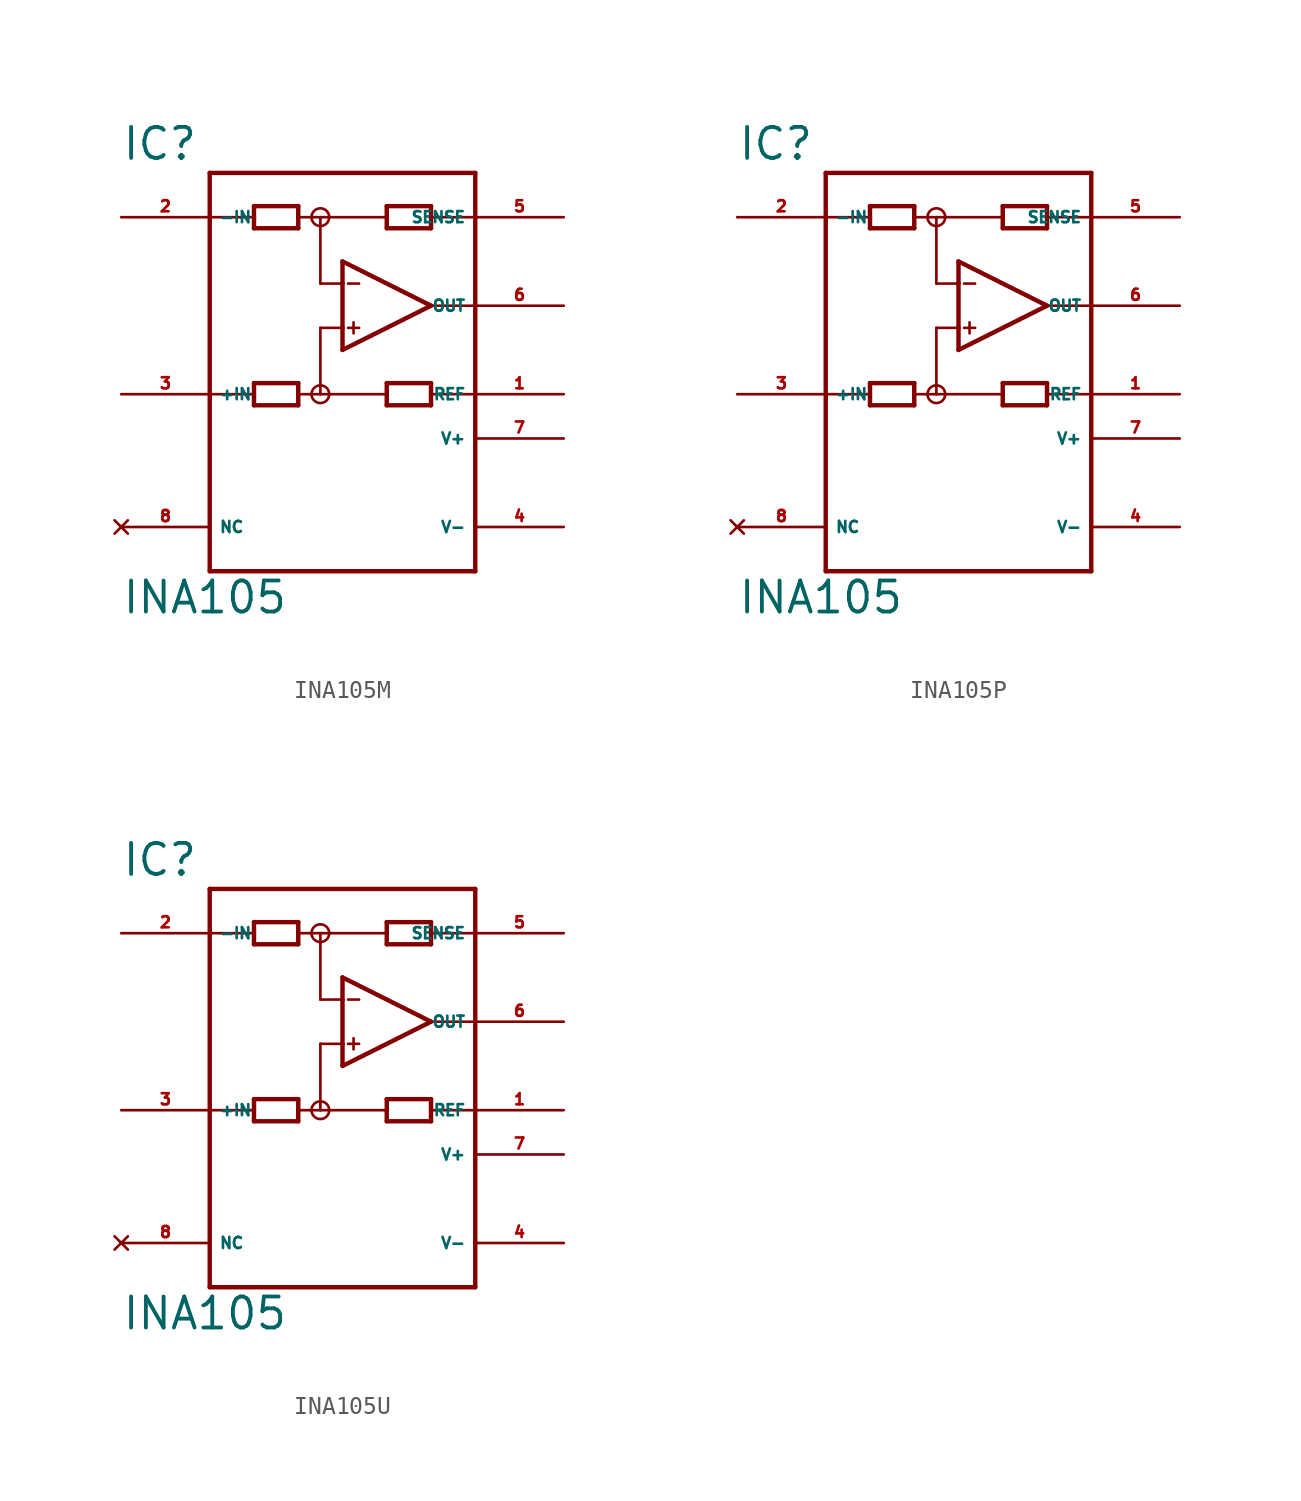
<source format=kicad_sym>
(kicad_symbol_lib
  (version 20220914)
  (generator Eagle2Kicad)
  (symbol "INA105M"
    (property "Reference" "IC"
      (at -12.7 13.335 0)
      (effects (font (size 1.778 1.778) (thickness 0.22)) (justify left bottom)))
    (property "Value" "INA105"
      (at -12.7 -12.7 0)
      (effects (font (size 1.778 1.778) (thickness 0.22)) (justify left bottom)))
    (polyline
      (pts (xy 0 2.54) (xy 0 3.81))
      (stroke (width 0.254) (type default))
      (fill (type none)))
    (polyline
      (pts (xy 0 3.81) (xy 0 6.35))
      (stroke (width 0.254) (type default))
      (fill (type none)))
    (polyline
      (pts (xy 0 6.35) (xy 0 7.62))
      (stroke (width 0.254) (type default))
      (fill (type none)))
    (polyline
      (pts (xy 0 7.62) (xy 5.08 5.08))
      (stroke (width 0.254) (type default))
      (fill (type none)))
    (polyline
      (pts (xy 5.08 5.08) (xy 0 2.54))
      (stroke (width 0.254) (type default))
      (fill (type none)))
    (polyline
      (pts (xy -2.54 9.525) (xy -2.54 10.16))
      (stroke (width 0.254) (type default))
      (fill (type none)))
    (polyline
      (pts (xy -2.54 10.16) (xy -2.54 10.795))
      (stroke (width 0.254) (type default))
      (fill (type none)))
    (polyline
      (pts (xy -2.54 10.795) (xy -5.08 10.795))
      (stroke (width 0.254) (type default))
      (fill (type none)))
    (polyline
      (pts (xy -5.08 10.795) (xy -5.08 10.16))
      (stroke (width 0.254) (type default))
      (fill (type none)))
    (polyline
      (pts (xy -5.08 10.16) (xy -5.08 9.525))
      (stroke (width 0.254) (type default))
      (fill (type none)))
    (polyline
      (pts (xy -5.08 9.525) (xy -2.54 9.525))
      (stroke (width 0.254) (type default))
      (fill (type none)))
    (polyline
      (pts (xy 2.54 9.525) (xy 2.54 10.16))
      (stroke (width 0.254) (type default))
      (fill (type none)))
    (polyline
      (pts (xy 2.54 10.16) (xy 2.54 10.795))
      (stroke (width 0.254) (type default))
      (fill (type none)))
    (polyline
      (pts (xy 2.54 10.795) (xy 5.08 10.795))
      (stroke (width 0.254) (type default))
      (fill (type none)))
    (polyline
      (pts (xy 5.08 10.795) (xy 5.08 10.16))
      (stroke (width 0.254) (type default))
      (fill (type none)))
    (polyline
      (pts (xy 5.08 10.16) (xy 5.08 9.525))
      (stroke (width 0.254) (type default))
      (fill (type none)))
    (polyline
      (pts (xy 5.08 9.525) (xy 2.54 9.525))
      (stroke (width 0.254) (type default))
      (fill (type none)))
    (polyline
      (pts (xy 0 6.35) (xy -1.27 6.35))
      (stroke (width 0.152) (type default))
      (fill (type none)))
    (polyline
      (pts (xy -2.54 0.635) (xy -2.54 0))
      (stroke (width 0.254) (type default))
      (fill (type none)))
    (polyline
      (pts (xy -2.54 0) (xy -2.54 -0.635))
      (stroke (width 0.254) (type default))
      (fill (type none)))
    (polyline
      (pts (xy -2.54 -0.635) (xy -5.08 -0.635))
      (stroke (width 0.254) (type default))
      (fill (type none)))
    (polyline
      (pts (xy -5.08 -0.635) (xy -5.08 0))
      (stroke (width 0.254) (type default))
      (fill (type none)))
    (polyline
      (pts (xy -5.08 0) (xy -5.08 0.635))
      (stroke (width 0.254) (type default))
      (fill (type none)))
    (polyline
      (pts (xy -5.08 0.635) (xy -2.54 0.635))
      (stroke (width 0.254) (type default))
      (fill (type none)))
    (polyline
      (pts (xy 2.54 0.635) (xy 2.54 0))
      (stroke (width 0.254) (type default))
      (fill (type none)))
    (polyline
      (pts (xy 2.54 0) (xy 2.54 -0.635))
      (stroke (width 0.254) (type default))
      (fill (type none)))
    (polyline
      (pts (xy 2.54 -0.635) (xy 5.08 -0.635))
      (stroke (width 0.254) (type default))
      (fill (type none)))
    (polyline
      (pts (xy 5.08 -0.635) (xy 5.08 0))
      (stroke (width 0.254) (type default))
      (fill (type none)))
    (polyline
      (pts (xy 5.08 0) (xy 5.08 0.635))
      (stroke (width 0.254) (type default))
      (fill (type none)))
    (polyline
      (pts (xy 5.08 0.635) (xy 2.54 0.635))
      (stroke (width 0.254) (type default))
      (fill (type none)))
    (polyline
      (pts (xy -1.27 6.35) (xy -1.27 10.16))
      (stroke (width 0.152) (type default))
      (fill (type none)))
    (polyline
      (pts (xy -1.27 10.16) (xy -2.54 10.16))
      (stroke (width 0.152) (type default))
      (fill (type none)))
    (polyline
      (pts (xy -1.27 10.16) (xy 2.54 10.16))
      (stroke (width 0.152) (type default))
      (fill (type none)))
    (polyline
      (pts (xy 0 3.81) (xy -1.27 3.81))
      (stroke (width 0.152) (type default))
      (fill (type none)))
    (polyline
      (pts (xy -1.27 3.81) (xy -1.27 0))
      (stroke (width 0.152) (type default))
      (fill (type none)))
    (polyline
      (pts (xy -1.27 0) (xy -2.54 0))
      (stroke (width 0.152) (type default))
      (fill (type none)))
    (polyline
      (pts (xy -1.27 0) (xy 2.54 0))
      (stroke (width 0.152) (type default))
      (fill (type none)))
    (polyline
      (pts (xy 0.318 6.35) (xy 0.953 6.35))
      (stroke (width 0.152) (type default))
      (fill (type none)))
    (polyline
      (pts (xy 0.318 3.81) (xy 0.953 3.81))
      (stroke (width 0.152) (type default))
      (fill (type none)))
    (polyline
      (pts (xy 0.635 4.128) (xy 0.635 3.493))
      (stroke (width 0.152) (type default))
      (fill (type none)))
    (polyline
      (pts (xy -7.62 10.16) (xy -5.08 10.16))
      (stroke (width 0.152) (type default))
      (fill (type none)))
    (polyline
      (pts (xy 7.62 10.16) (xy 5.08 10.16))
      (stroke (width 0.152) (type default))
      (fill (type none)))
    (polyline
      (pts (xy 5.08 5.08) (xy 7.62 5.08))
      (stroke (width 0.152) (type default))
      (fill (type none)))
    (polyline
      (pts (xy 7.62 0) (xy 5.08 0))
      (stroke (width 0.152) (type default))
      (fill (type none)))
    (polyline
      (pts (xy -7.62 0) (xy -5.08 0))
      (stroke (width 0.152) (type default))
      (fill (type none)))
    (polyline
      (pts (xy -7.62 -10.16) (xy 7.62 -10.16))
      (stroke (width 0.254) (type default))
      (fill (type none)))
    (polyline
      (pts (xy 7.62 -10.16) (xy 7.62 12.7))
      (stroke (width 0.254) (type default))
      (fill (type none)))
    (polyline
      (pts (xy 7.62 12.7) (xy -7.62 12.7))
      (stroke (width 0.254) (type default))
      (fill (type none)))
    (polyline
      (pts (xy -7.62 12.7) (xy -7.62 -10.16))
      (stroke (width 0.254) (type default))
      (fill (type none)))
    (circle
      (center -1.27 0)
      (radius 0.508)
      (stroke (width 0) (type default))
      (fill (type none)))
    (circle
      (center -1.27 10.16)
      (radius 0.508)
      (stroke (width 0) (type default))
      (fill (type none)))
    (pin input line
      (at -12.7 10.16 0)
      (length 5.08)
      (name "-IN" (effects (font (size 0.635 0.635) (thickness 0.08)) (justify left bottom)))
      (number "2" (effects (font (size 0.635 0.635) (thickness 0.08)) (justify left bottom))))
    (pin input line
      (at -12.7 0 0)
      (length 5.08)
      (name "+IN" (effects (font (size 0.635 0.635) (thickness 0.08)) (justify left bottom)))
      (number "3" (effects (font (size 0.635 0.635) (thickness 0.08)) (justify left bottom))))
    (pin output line
      (at 12.7 5.08 180)
      (length 5.08)
      (name "OUT" (effects (font (size 0.635 0.635) (thickness 0.08)) (justify left bottom)))
      (number "6" (effects (font (size 0.635 0.635) (thickness 0.08)) (justify left bottom))))
    (pin unspecified line
      (at 12.7 -2.54 180)
      (length 5.08)
      (name "V+" (effects (font (size 0.635 0.635) (thickness 0.08)) (justify left bottom)))
      (number "7" (effects (font (size 0.635 0.635) (thickness 0.08)) (justify left bottom))))
    (pin unspecified line
      (at 12.7 -7.62 180)
      (length 5.08)
      (name "V-" (effects (font (size 0.635 0.635) (thickness 0.08)) (justify left bottom)))
      (number "4" (effects (font (size 0.635 0.635) (thickness 0.08)) (justify left bottom))))
    (pin passive line
      (at 12.7 10.16 180)
      (length 5.08)
      (name "SENSE" (effects (font (size 0.635 0.635) (thickness 0.08)) (justify left bottom)))
      (number "5" (effects (font (size 0.635 0.635) (thickness 0.08)) (justify left bottom))))
    (pin passive line
      (at 12.7 0 180)
      (length 5.08)
      (name "REF" (effects (font (size 0.635 0.635) (thickness 0.08)) (justify left bottom)))
      (number "1" (effects (font (size 0.635 0.635) (thickness 0.08)) (justify left bottom))))
    (pin no_connect line
      (at -12.7 -7.62 0)
      (length 5.08)
      (name "NC" (effects (font (size 0.635 0.635) (thickness 0.08)) (justify left bottom) hide))
      (number "8" (effects (font (size 0.635 0.635) (thickness 0.08)) (justify left bottom) hide))))
  (symbol "INA105P"
    (property "Reference" "IC"
      (at -12.7 13.335 0)
      (effects (font (size 1.778 1.778) (thickness 0.22)) (justify left bottom)))
    (property "Value" "INA105"
      (at -12.7 -12.7 0)
      (effects (font (size 1.778 1.778) (thickness 0.22)) (justify left bottom)))
    (polyline
      (pts (xy 0 2.54) (xy 0 3.81))
      (stroke (width 0.254) (type default))
      (fill (type none)))
    (polyline
      (pts (xy 0 3.81) (xy 0 6.35))
      (stroke (width 0.254) (type default))
      (fill (type none)))
    (polyline
      (pts (xy 0 6.35) (xy 0 7.62))
      (stroke (width 0.254) (type default))
      (fill (type none)))
    (polyline
      (pts (xy 0 7.62) (xy 5.08 5.08))
      (stroke (width 0.254) (type default))
      (fill (type none)))
    (polyline
      (pts (xy 5.08 5.08) (xy 0 2.54))
      (stroke (width 0.254) (type default))
      (fill (type none)))
    (polyline
      (pts (xy -2.54 9.525) (xy -2.54 10.16))
      (stroke (width 0.254) (type default))
      (fill (type none)))
    (polyline
      (pts (xy -2.54 10.16) (xy -2.54 10.795))
      (stroke (width 0.254) (type default))
      (fill (type none)))
    (polyline
      (pts (xy -2.54 10.795) (xy -5.08 10.795))
      (stroke (width 0.254) (type default))
      (fill (type none)))
    (polyline
      (pts (xy -5.08 10.795) (xy -5.08 10.16))
      (stroke (width 0.254) (type default))
      (fill (type none)))
    (polyline
      (pts (xy -5.08 10.16) (xy -5.08 9.525))
      (stroke (width 0.254) (type default))
      (fill (type none)))
    (polyline
      (pts (xy -5.08 9.525) (xy -2.54 9.525))
      (stroke (width 0.254) (type default))
      (fill (type none)))
    (polyline
      (pts (xy 2.54 9.525) (xy 2.54 10.16))
      (stroke (width 0.254) (type default))
      (fill (type none)))
    (polyline
      (pts (xy 2.54 10.16) (xy 2.54 10.795))
      (stroke (width 0.254) (type default))
      (fill (type none)))
    (polyline
      (pts (xy 2.54 10.795) (xy 5.08 10.795))
      (stroke (width 0.254) (type default))
      (fill (type none)))
    (polyline
      (pts (xy 5.08 10.795) (xy 5.08 10.16))
      (stroke (width 0.254) (type default))
      (fill (type none)))
    (polyline
      (pts (xy 5.08 10.16) (xy 5.08 9.525))
      (stroke (width 0.254) (type default))
      (fill (type none)))
    (polyline
      (pts (xy 5.08 9.525) (xy 2.54 9.525))
      (stroke (width 0.254) (type default))
      (fill (type none)))
    (polyline
      (pts (xy 0 6.35) (xy -1.27 6.35))
      (stroke (width 0.152) (type default))
      (fill (type none)))
    (polyline
      (pts (xy -2.54 0.635) (xy -2.54 0))
      (stroke (width 0.254) (type default))
      (fill (type none)))
    (polyline
      (pts (xy -2.54 0) (xy -2.54 -0.635))
      (stroke (width 0.254) (type default))
      (fill (type none)))
    (polyline
      (pts (xy -2.54 -0.635) (xy -5.08 -0.635))
      (stroke (width 0.254) (type default))
      (fill (type none)))
    (polyline
      (pts (xy -5.08 -0.635) (xy -5.08 0))
      (stroke (width 0.254) (type default))
      (fill (type none)))
    (polyline
      (pts (xy -5.08 0) (xy -5.08 0.635))
      (stroke (width 0.254) (type default))
      (fill (type none)))
    (polyline
      (pts (xy -5.08 0.635) (xy -2.54 0.635))
      (stroke (width 0.254) (type default))
      (fill (type none)))
    (polyline
      (pts (xy 2.54 0.635) (xy 2.54 0))
      (stroke (width 0.254) (type default))
      (fill (type none)))
    (polyline
      (pts (xy 2.54 0) (xy 2.54 -0.635))
      (stroke (width 0.254) (type default))
      (fill (type none)))
    (polyline
      (pts (xy 2.54 -0.635) (xy 5.08 -0.635))
      (stroke (width 0.254) (type default))
      (fill (type none)))
    (polyline
      (pts (xy 5.08 -0.635) (xy 5.08 0))
      (stroke (width 0.254) (type default))
      (fill (type none)))
    (polyline
      (pts (xy 5.08 0) (xy 5.08 0.635))
      (stroke (width 0.254) (type default))
      (fill (type none)))
    (polyline
      (pts (xy 5.08 0.635) (xy 2.54 0.635))
      (stroke (width 0.254) (type default))
      (fill (type none)))
    (polyline
      (pts (xy -1.27 6.35) (xy -1.27 10.16))
      (stroke (width 0.152) (type default))
      (fill (type none)))
    (polyline
      (pts (xy -1.27 10.16) (xy -2.54 10.16))
      (stroke (width 0.152) (type default))
      (fill (type none)))
    (polyline
      (pts (xy -1.27 10.16) (xy 2.54 10.16))
      (stroke (width 0.152) (type default))
      (fill (type none)))
    (polyline
      (pts (xy 0 3.81) (xy -1.27 3.81))
      (stroke (width 0.152) (type default))
      (fill (type none)))
    (polyline
      (pts (xy -1.27 3.81) (xy -1.27 0))
      (stroke (width 0.152) (type default))
      (fill (type none)))
    (polyline
      (pts (xy -1.27 0) (xy -2.54 0))
      (stroke (width 0.152) (type default))
      (fill (type none)))
    (polyline
      (pts (xy -1.27 0) (xy 2.54 0))
      (stroke (width 0.152) (type default))
      (fill (type none)))
    (polyline
      (pts (xy 0.318 6.35) (xy 0.953 6.35))
      (stroke (width 0.152) (type default))
      (fill (type none)))
    (polyline
      (pts (xy 0.318 3.81) (xy 0.953 3.81))
      (stroke (width 0.152) (type default))
      (fill (type none)))
    (polyline
      (pts (xy 0.635 4.128) (xy 0.635 3.493))
      (stroke (width 0.152) (type default))
      (fill (type none)))
    (polyline
      (pts (xy -7.62 10.16) (xy -5.08 10.16))
      (stroke (width 0.152) (type default))
      (fill (type none)))
    (polyline
      (pts (xy 7.62 10.16) (xy 5.08 10.16))
      (stroke (width 0.152) (type default))
      (fill (type none)))
    (polyline
      (pts (xy 5.08 5.08) (xy 7.62 5.08))
      (stroke (width 0.152) (type default))
      (fill (type none)))
    (polyline
      (pts (xy 7.62 0) (xy 5.08 0))
      (stroke (width 0.152) (type default))
      (fill (type none)))
    (polyline
      (pts (xy -7.62 0) (xy -5.08 0))
      (stroke (width 0.152) (type default))
      (fill (type none)))
    (polyline
      (pts (xy -7.62 -10.16) (xy 7.62 -10.16))
      (stroke (width 0.254) (type default))
      (fill (type none)))
    (polyline
      (pts (xy 7.62 -10.16) (xy 7.62 12.7))
      (stroke (width 0.254) (type default))
      (fill (type none)))
    (polyline
      (pts (xy 7.62 12.7) (xy -7.62 12.7))
      (stroke (width 0.254) (type default))
      (fill (type none)))
    (polyline
      (pts (xy -7.62 12.7) (xy -7.62 -10.16))
      (stroke (width 0.254) (type default))
      (fill (type none)))
    (circle
      (center -1.27 0)
      (radius 0.508)
      (stroke (width 0) (type default))
      (fill (type none)))
    (circle
      (center -1.27 10.16)
      (radius 0.508)
      (stroke (width 0) (type default))
      (fill (type none)))
    (pin input line
      (at -12.7 10.16 0)
      (length 5.08)
      (name "-IN" (effects (font (size 0.635 0.635) (thickness 0.08)) (justify left bottom)))
      (number "2" (effects (font (size 0.635 0.635) (thickness 0.08)) (justify left bottom))))
    (pin input line
      (at -12.7 0 0)
      (length 5.08)
      (name "+IN" (effects (font (size 0.635 0.635) (thickness 0.08)) (justify left bottom)))
      (number "3" (effects (font (size 0.635 0.635) (thickness 0.08)) (justify left bottom))))
    (pin output line
      (at 12.7 5.08 180)
      (length 5.08)
      (name "OUT" (effects (font (size 0.635 0.635) (thickness 0.08)) (justify left bottom)))
      (number "6" (effects (font (size 0.635 0.635) (thickness 0.08)) (justify left bottom))))
    (pin unspecified line
      (at 12.7 -2.54 180)
      (length 5.08)
      (name "V+" (effects (font (size 0.635 0.635) (thickness 0.08)) (justify left bottom)))
      (number "7" (effects (font (size 0.635 0.635) (thickness 0.08)) (justify left bottom))))
    (pin unspecified line
      (at 12.7 -7.62 180)
      (length 5.08)
      (name "V-" (effects (font (size 0.635 0.635) (thickness 0.08)) (justify left bottom)))
      (number "4" (effects (font (size 0.635 0.635) (thickness 0.08)) (justify left bottom))))
    (pin passive line
      (at 12.7 10.16 180)
      (length 5.08)
      (name "SENSE" (effects (font (size 0.635 0.635) (thickness 0.08)) (justify left bottom)))
      (number "5" (effects (font (size 0.635 0.635) (thickness 0.08)) (justify left bottom))))
    (pin passive line
      (at 12.7 0 180)
      (length 5.08)
      (name "REF" (effects (font (size 0.635 0.635) (thickness 0.08)) (justify left bottom)))
      (number "1" (effects (font (size 0.635 0.635) (thickness 0.08)) (justify left bottom))))
    (pin no_connect line
      (at -12.7 -7.62 0)
      (length 5.08)
      (name "NC" (effects (font (size 0.635 0.635) (thickness 0.08)) (justify left bottom) hide))
      (number "8" (effects (font (size 0.635 0.635) (thickness 0.08)) (justify left bottom) hide))))
  (symbol "INA105U"
    (property "Reference" "IC"
      (at -12.7 13.335 0)
      (effects (font (size 1.778 1.778) (thickness 0.22)) (justify left bottom)))
    (property "Value" "INA105"
      (at -12.7 -12.7 0)
      (effects (font (size 1.778 1.778) (thickness 0.22)) (justify left bottom)))
    (polyline
      (pts (xy 0 2.54) (xy 0 3.81))
      (stroke (width 0.254) (type default))
      (fill (type none)))
    (polyline
      (pts (xy 0 3.81) (xy 0 6.35))
      (stroke (width 0.254) (type default))
      (fill (type none)))
    (polyline
      (pts (xy 0 6.35) (xy 0 7.62))
      (stroke (width 0.254) (type default))
      (fill (type none)))
    (polyline
      (pts (xy 0 7.62) (xy 5.08 5.08))
      (stroke (width 0.254) (type default))
      (fill (type none)))
    (polyline
      (pts (xy 5.08 5.08) (xy 0 2.54))
      (stroke (width 0.254) (type default))
      (fill (type none)))
    (polyline
      (pts (xy -2.54 9.525) (xy -2.54 10.16))
      (stroke (width 0.254) (type default))
      (fill (type none)))
    (polyline
      (pts (xy -2.54 10.16) (xy -2.54 10.795))
      (stroke (width 0.254) (type default))
      (fill (type none)))
    (polyline
      (pts (xy -2.54 10.795) (xy -5.08 10.795))
      (stroke (width 0.254) (type default))
      (fill (type none)))
    (polyline
      (pts (xy -5.08 10.795) (xy -5.08 10.16))
      (stroke (width 0.254) (type default))
      (fill (type none)))
    (polyline
      (pts (xy -5.08 10.16) (xy -5.08 9.525))
      (stroke (width 0.254) (type default))
      (fill (type none)))
    (polyline
      (pts (xy -5.08 9.525) (xy -2.54 9.525))
      (stroke (width 0.254) (type default))
      (fill (type none)))
    (polyline
      (pts (xy 2.54 9.525) (xy 2.54 10.16))
      (stroke (width 0.254) (type default))
      (fill (type none)))
    (polyline
      (pts (xy 2.54 10.16) (xy 2.54 10.795))
      (stroke (width 0.254) (type default))
      (fill (type none)))
    (polyline
      (pts (xy 2.54 10.795) (xy 5.08 10.795))
      (stroke (width 0.254) (type default))
      (fill (type none)))
    (polyline
      (pts (xy 5.08 10.795) (xy 5.08 10.16))
      (stroke (width 0.254) (type default))
      (fill (type none)))
    (polyline
      (pts (xy 5.08 10.16) (xy 5.08 9.525))
      (stroke (width 0.254) (type default))
      (fill (type none)))
    (polyline
      (pts (xy 5.08 9.525) (xy 2.54 9.525))
      (stroke (width 0.254) (type default))
      (fill (type none)))
    (polyline
      (pts (xy 0 6.35) (xy -1.27 6.35))
      (stroke (width 0.152) (type default))
      (fill (type none)))
    (polyline
      (pts (xy -2.54 0.635) (xy -2.54 0))
      (stroke (width 0.254) (type default))
      (fill (type none)))
    (polyline
      (pts (xy -2.54 0) (xy -2.54 -0.635))
      (stroke (width 0.254) (type default))
      (fill (type none)))
    (polyline
      (pts (xy -2.54 -0.635) (xy -5.08 -0.635))
      (stroke (width 0.254) (type default))
      (fill (type none)))
    (polyline
      (pts (xy -5.08 -0.635) (xy -5.08 0))
      (stroke (width 0.254) (type default))
      (fill (type none)))
    (polyline
      (pts (xy -5.08 0) (xy -5.08 0.635))
      (stroke (width 0.254) (type default))
      (fill (type none)))
    (polyline
      (pts (xy -5.08 0.635) (xy -2.54 0.635))
      (stroke (width 0.254) (type default))
      (fill (type none)))
    (polyline
      (pts (xy 2.54 0.635) (xy 2.54 0))
      (stroke (width 0.254) (type default))
      (fill (type none)))
    (polyline
      (pts (xy 2.54 0) (xy 2.54 -0.635))
      (stroke (width 0.254) (type default))
      (fill (type none)))
    (polyline
      (pts (xy 2.54 -0.635) (xy 5.08 -0.635))
      (stroke (width 0.254) (type default))
      (fill (type none)))
    (polyline
      (pts (xy 5.08 -0.635) (xy 5.08 0))
      (stroke (width 0.254) (type default))
      (fill (type none)))
    (polyline
      (pts (xy 5.08 0) (xy 5.08 0.635))
      (stroke (width 0.254) (type default))
      (fill (type none)))
    (polyline
      (pts (xy 5.08 0.635) (xy 2.54 0.635))
      (stroke (width 0.254) (type default))
      (fill (type none)))
    (polyline
      (pts (xy -1.27 6.35) (xy -1.27 10.16))
      (stroke (width 0.152) (type default))
      (fill (type none)))
    (polyline
      (pts (xy -1.27 10.16) (xy -2.54 10.16))
      (stroke (width 0.152) (type default))
      (fill (type none)))
    (polyline
      (pts (xy -1.27 10.16) (xy 2.54 10.16))
      (stroke (width 0.152) (type default))
      (fill (type none)))
    (polyline
      (pts (xy 0 3.81) (xy -1.27 3.81))
      (stroke (width 0.152) (type default))
      (fill (type none)))
    (polyline
      (pts (xy -1.27 3.81) (xy -1.27 0))
      (stroke (width 0.152) (type default))
      (fill (type none)))
    (polyline
      (pts (xy -1.27 0) (xy -2.54 0))
      (stroke (width 0.152) (type default))
      (fill (type none)))
    (polyline
      (pts (xy -1.27 0) (xy 2.54 0))
      (stroke (width 0.152) (type default))
      (fill (type none)))
    (polyline
      (pts (xy 0.318 6.35) (xy 0.953 6.35))
      (stroke (width 0.152) (type default))
      (fill (type none)))
    (polyline
      (pts (xy 0.318 3.81) (xy 0.953 3.81))
      (stroke (width 0.152) (type default))
      (fill (type none)))
    (polyline
      (pts (xy 0.635 4.128) (xy 0.635 3.493))
      (stroke (width 0.152) (type default))
      (fill (type none)))
    (polyline
      (pts (xy -7.62 10.16) (xy -5.08 10.16))
      (stroke (width 0.152) (type default))
      (fill (type none)))
    (polyline
      (pts (xy 7.62 10.16) (xy 5.08 10.16))
      (stroke (width 0.152) (type default))
      (fill (type none)))
    (polyline
      (pts (xy 5.08 5.08) (xy 7.62 5.08))
      (stroke (width 0.152) (type default))
      (fill (type none)))
    (polyline
      (pts (xy 7.62 0) (xy 5.08 0))
      (stroke (width 0.152) (type default))
      (fill (type none)))
    (polyline
      (pts (xy -7.62 0) (xy -5.08 0))
      (stroke (width 0.152) (type default))
      (fill (type none)))
    (polyline
      (pts (xy -7.62 -10.16) (xy 7.62 -10.16))
      (stroke (width 0.254) (type default))
      (fill (type none)))
    (polyline
      (pts (xy 7.62 -10.16) (xy 7.62 12.7))
      (stroke (width 0.254) (type default))
      (fill (type none)))
    (polyline
      (pts (xy 7.62 12.7) (xy -7.62 12.7))
      (stroke (width 0.254) (type default))
      (fill (type none)))
    (polyline
      (pts (xy -7.62 12.7) (xy -7.62 -10.16))
      (stroke (width 0.254) (type default))
      (fill (type none)))
    (circle
      (center -1.27 0)
      (radius 0.508)
      (stroke (width 0) (type default))
      (fill (type none)))
    (circle
      (center -1.27 10.16)
      (radius 0.508)
      (stroke (width 0) (type default))
      (fill (type none)))
    (pin input line
      (at -12.7 10.16 0)
      (length 5.08)
      (name "-IN" (effects (font (size 0.635 0.635) (thickness 0.08)) (justify left bottom)))
      (number "2" (effects (font (size 0.635 0.635) (thickness 0.08)) (justify left bottom))))
    (pin input line
      (at -12.7 0 0)
      (length 5.08)
      (name "+IN" (effects (font (size 0.635 0.635) (thickness 0.08)) (justify left bottom)))
      (number "3" (effects (font (size 0.635 0.635) (thickness 0.08)) (justify left bottom))))
    (pin output line
      (at 12.7 5.08 180)
      (length 5.08)
      (name "OUT" (effects (font (size 0.635 0.635) (thickness 0.08)) (justify left bottom)))
      (number "6" (effects (font (size 0.635 0.635) (thickness 0.08)) (justify left bottom))))
    (pin unspecified line
      (at 12.7 -2.54 180)
      (length 5.08)
      (name "V+" (effects (font (size 0.635 0.635) (thickness 0.08)) (justify left bottom)))
      (number "7" (effects (font (size 0.635 0.635) (thickness 0.08)) (justify left bottom))))
    (pin unspecified line
      (at 12.7 -7.62 180)
      (length 5.08)
      (name "V-" (effects (font (size 0.635 0.635) (thickness 0.08)) (justify left bottom)))
      (number "4" (effects (font (size 0.635 0.635) (thickness 0.08)) (justify left bottom))))
    (pin passive line
      (at 12.7 10.16 180)
      (length 5.08)
      (name "SENSE" (effects (font (size 0.635 0.635) (thickness 0.08)) (justify left bottom)))
      (number "5" (effects (font (size 0.635 0.635) (thickness 0.08)) (justify left bottom))))
    (pin passive line
      (at 12.7 0 180)
      (length 5.08)
      (name "REF" (effects (font (size 0.635 0.635) (thickness 0.08)) (justify left bottom)))
      (number "1" (effects (font (size 0.635 0.635) (thickness 0.08)) (justify left bottom))))
    (pin no_connect line
      (at -12.7 -7.62 0)
      (length 5.08)
      (name "NC" (effects (font (size 0.635 0.635) (thickness 0.08)) (justify left bottom) hide))
      (number "8" (effects (font (size 0.635 0.635) (thickness 0.08)) (justify left bottom) hide)))))
</source>
